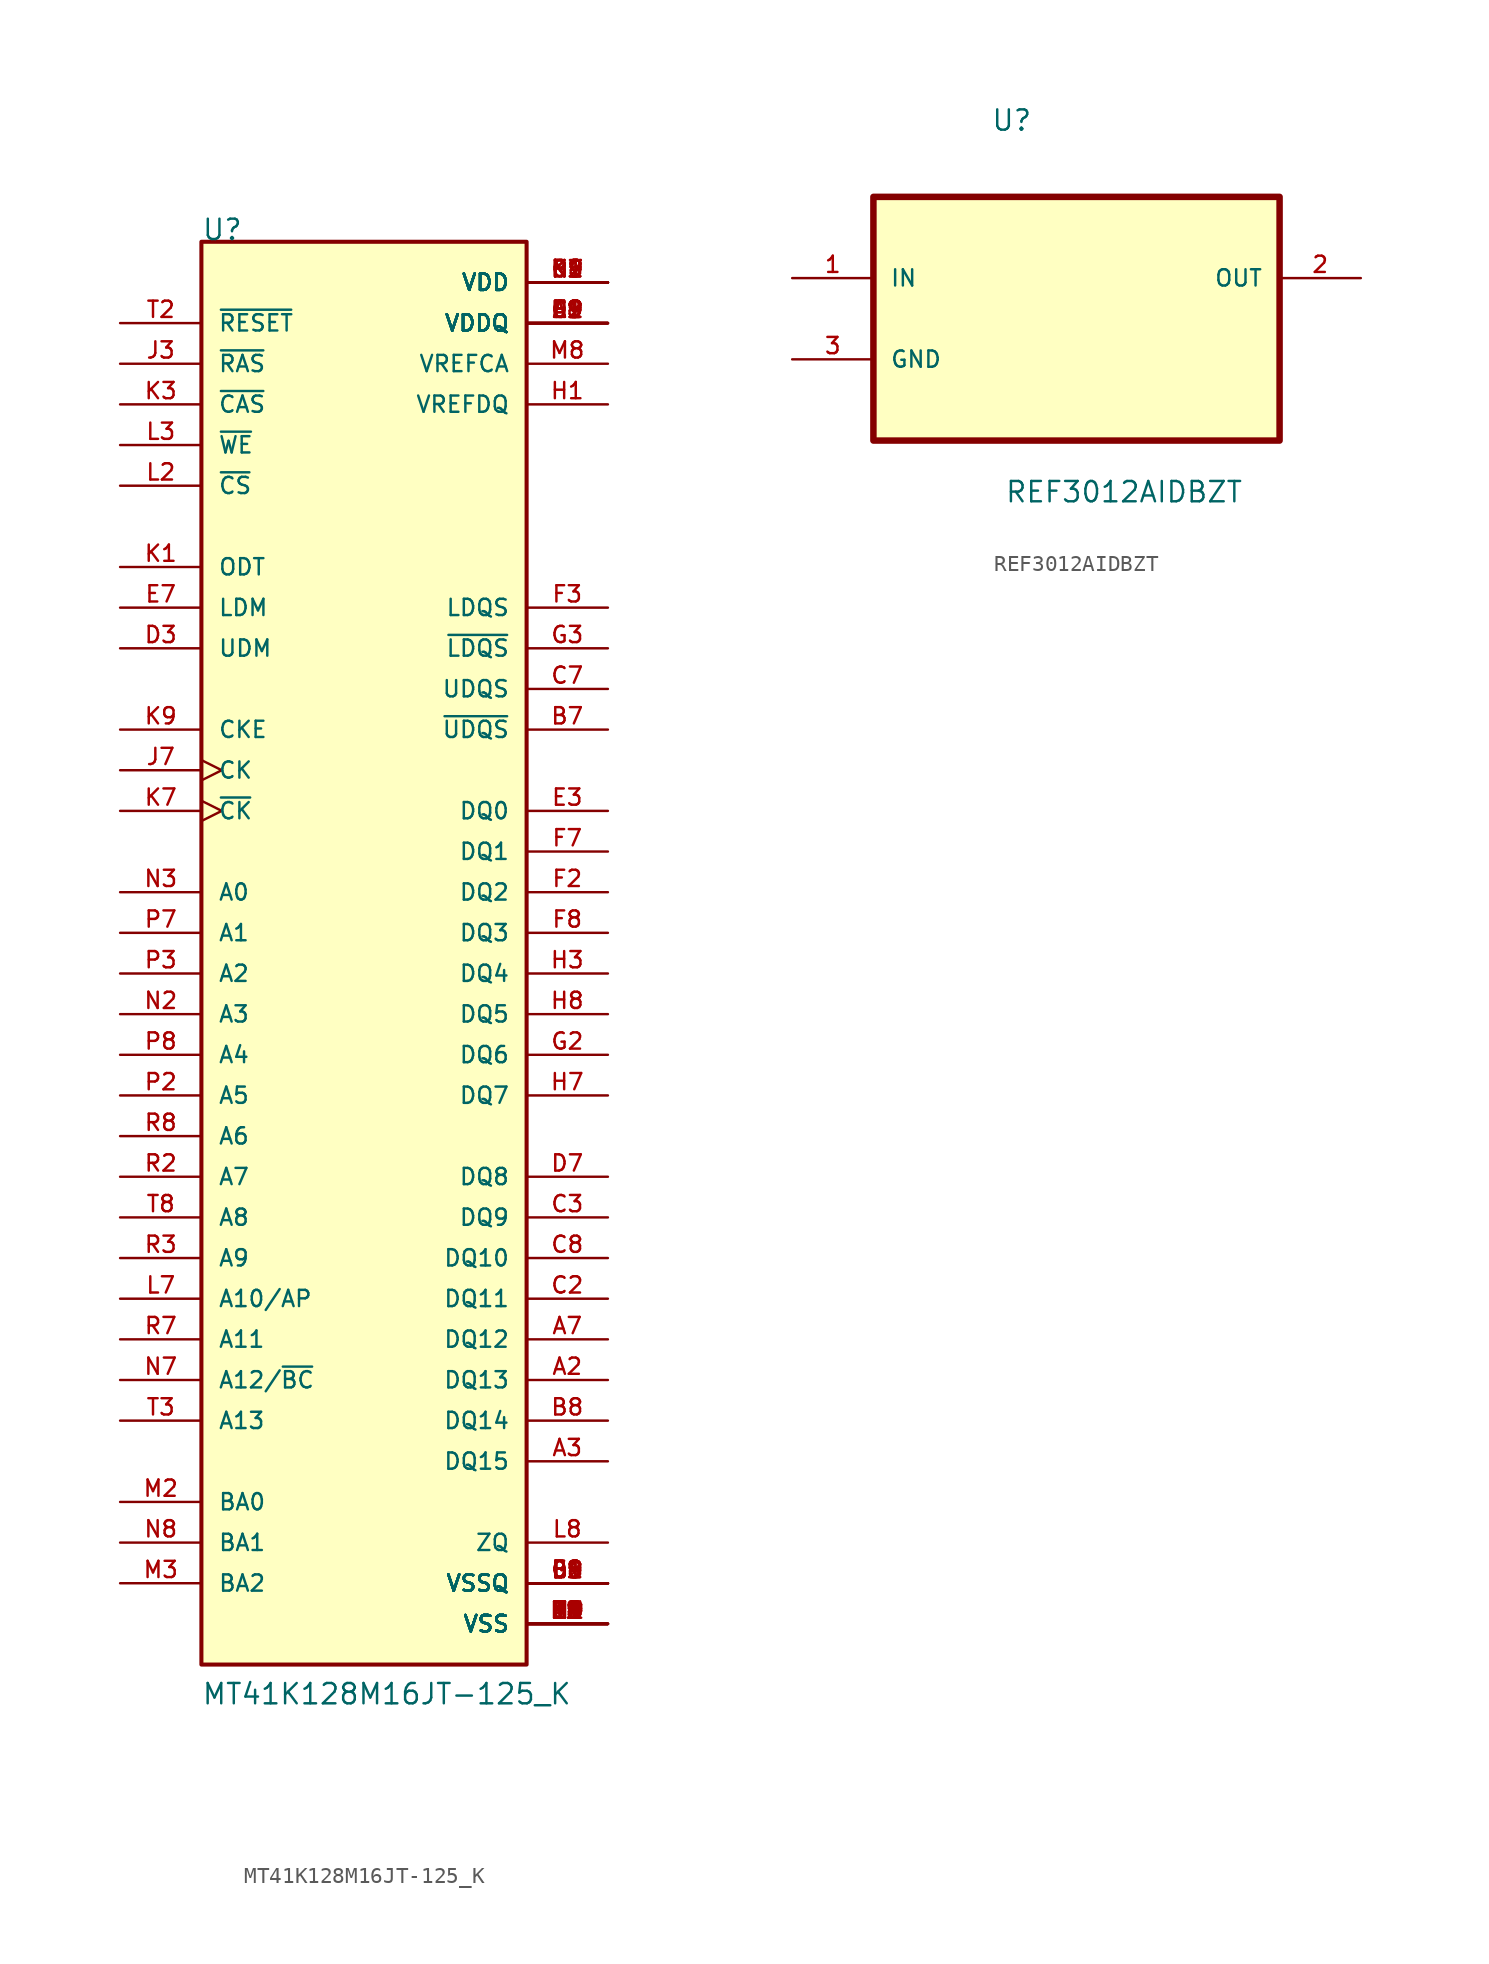
<source format=kicad_sym>
(kicad_symbol_lib
  (version 20231120)
  (generator "kicad_symbol_editor")
  (generator_version "8.0")
  (symbol "MT41K128M16JT-125_K"
    (pin_names
      (offset 1.016))
    (property "Reference" "U"
      (at -10.162 48.27 0)
      (effects (font (size 1.27 1.27)) (justify left bottom)))
    (property "Value" "MT41K128M16JT-125_K"
      (at -10.171 -43.225 0)
      (effects (font (size 1.27 1.27)) (justify left bottom)))
    (symbol "MT41K128M16JT-125_K_0_0"
      (rectangle (start -10.16 -40.64) (end 10.16 48.26) (stroke (width 0.254) (type default)) (fill (type background)))
      (pin power_in line (at 15.24 43.18 180) (length 5.08) (name "VDDQ" (effects (font (size 1.016 1.016)))) (number "A1" (effects (font (size 1.016 1.016)))))
      (pin bidirectional line (at 15.24 -22.86 180) (length 5.08) (name "DQ13" (effects (font (size 1.016 1.016)))) (number "A2" (effects (font (size 1.016 1.016)))))
      (pin bidirectional line (at 15.24 -27.94 180) (length 5.08) (name "DQ15" (effects (font (size 1.016 1.016)))) (number "A3" (effects (font (size 1.016 1.016)))))
      (pin bidirectional line (at 15.24 -20.32 180) (length 5.08) (name "DQ12" (effects (font (size 1.016 1.016)))) (number "A7" (effects (font (size 1.016 1.016)))))
      (pin power_in line (at 15.24 43.18 180) (length 5.08) (name "VDDQ" (effects (font (size 1.016 1.016)))) (number "A8" (effects (font (size 1.016 1.016)))))
      (pin passive line (at 15.24 -38.1 180) (length 5.08) (name "VSS" (effects (font (size 1.016 1.016)))) (number "A9" (effects (font (size 1.016 1.016)))))
      (pin passive line (at 15.24 -35.56 180) (length 5.08) (name "VSSQ" (effects (font (size 1.016 1.016)))) (number "B1" (effects (font (size 1.016 1.016)))))
      (pin power_in line (at 15.24 45.72 180) (length 5.08) (name "VDD" (effects (font (size 1.016 1.016)))) (number "B2" (effects (font (size 1.016 1.016)))))
      (pin passive line (at 15.24 -38.1 180) (length 5.08) (name "VSS" (effects (font (size 1.016 1.016)))) (number "B3" (effects (font (size 1.016 1.016)))))
      (pin bidirectional line (at 15.24 17.78 180) (length 5.08) (name "~{UDQS}" (effects (font (size 1.016 1.016)))) (number "B7" (effects (font (size 1.016 1.016)))))
      (pin bidirectional line (at 15.24 -25.4 180) (length 5.08) (name "DQ14" (effects (font (size 1.016 1.016)))) (number "B8" (effects (font (size 1.016 1.016)))))
      (pin passive line (at 15.24 -35.56 180) (length 5.08) (name "VSSQ" (effects (font (size 1.016 1.016)))) (number "B9" (effects (font (size 1.016 1.016)))))
      (pin power_in line (at 15.24 43.18 180) (length 5.08) (name "VDDQ" (effects (font (size 1.016 1.016)))) (number "C1" (effects (font (size 1.016 1.016)))))
      (pin bidirectional line (at 15.24 -17.78 180) (length 5.08) (name "DQ11" (effects (font (size 1.016 1.016)))) (number "C2" (effects (font (size 1.016 1.016)))))
      (pin bidirectional line (at 15.24 -12.7 180) (length 5.08) (name "DQ9" (effects (font (size 1.016 1.016)))) (number "C3" (effects (font (size 1.016 1.016)))))
      (pin bidirectional line (at 15.24 20.32 180) (length 5.08) (name "UDQS" (effects (font (size 1.016 1.016)))) (number "C7" (effects (font (size 1.016 1.016)))))
      (pin bidirectional line (at 15.24 -15.24 180) (length 5.08) (name "DQ10" (effects (font (size 1.016 1.016)))) (number "C8" (effects (font (size 1.016 1.016)))))
      (pin power_in line (at 15.24 43.18 180) (length 5.08) (name "VDDQ" (effects (font (size 1.016 1.016)))) (number "C9" (effects (font (size 1.016 1.016)))))
      (pin passive line (at 15.24 -35.56 180) (length 5.08) (name "VSSQ" (effects (font (size 1.016 1.016)))) (number "D1" (effects (font (size 1.016 1.016)))))
      (pin power_in line (at 15.24 43.18 180) (length 5.08) (name "VDDQ" (effects (font (size 1.016 1.016)))) (number "D2" (effects (font (size 1.016 1.016)))))
      (pin input line (at -15.24 22.86 0) (length 5.08) (name "UDM" (effects (font (size 1.016 1.016)))) (number "D3" (effects (font (size 1.016 1.016)))))
      (pin bidirectional line (at 15.24 -10.16 180) (length 5.08) (name "DQ8" (effects (font (size 1.016 1.016)))) (number "D7" (effects (font (size 1.016 1.016)))))
      (pin passive line (at 15.24 -35.56 180) (length 5.08) (name "VSSQ" (effects (font (size 1.016 1.016)))) (number "D8" (effects (font (size 1.016 1.016)))))
      (pin power_in line (at 15.24 45.72 180) (length 5.08) (name "VDD" (effects (font (size 1.016 1.016)))) (number "D9" (effects (font (size 1.016 1.016)))))
      (pin passive line (at 15.24 -38.1 180) (length 5.08) (name "VSS" (effects (font (size 1.016 1.016)))) (number "E1" (effects (font (size 1.016 1.016)))))
      (pin passive line (at 15.24 -35.56 180) (length 5.08) (name "VSSQ" (effects (font (size 1.016 1.016)))) (number "E2" (effects (font (size 1.016 1.016)))))
      (pin bidirectional line (at 15.24 12.7 180) (length 5.08) (name "DQ0" (effects (font (size 1.016 1.016)))) (number "E3" (effects (font (size 1.016 1.016)))))
      (pin input line (at -15.24 25.4 0) (length 5.08) (name "LDM" (effects (font (size 1.016 1.016)))) (number "E7" (effects (font (size 1.016 1.016)))))
      (pin passive line (at 15.24 -35.56 180) (length 5.08) (name "VSSQ" (effects (font (size 1.016 1.016)))) (number "E8" (effects (font (size 1.016 1.016)))))
      (pin power_in line (at 15.24 43.18 180) (length 5.08) (name "VDDQ" (effects (font (size 1.016 1.016)))) (number "E9" (effects (font (size 1.016 1.016)))))
      (pin power_in line (at 15.24 43.18 180) (length 5.08) (name "VDDQ" (effects (font (size 1.016 1.016)))) (number "F1" (effects (font (size 1.016 1.016)))))
      (pin bidirectional line (at 15.24 7.62 180) (length 5.08) (name "DQ2" (effects (font (size 1.016 1.016)))) (number "F2" (effects (font (size 1.016 1.016)))))
      (pin bidirectional line (at 15.24 25.4 180) (length 5.08) (name "LDQS" (effects (font (size 1.016 1.016)))) (number "F3" (effects (font (size 1.016 1.016)))))
      (pin bidirectional line (at 15.24 10.16 180) (length 5.08) (name "DQ1" (effects (font (size 1.016 1.016)))) (number "F7" (effects (font (size 1.016 1.016)))))
      (pin bidirectional line (at 15.24 5.08 180) (length 5.08) (name "DQ3" (effects (font (size 1.016 1.016)))) (number "F8" (effects (font (size 1.016 1.016)))))
      (pin passive line (at 15.24 -35.56 180) (length 5.08) (name "VSSQ" (effects (font (size 1.016 1.016)))) (number "F9" (effects (font (size 1.016 1.016)))))
      (pin passive line (at 15.24 -35.56 180) (length 5.08) (name "VSSQ" (effects (font (size 1.016 1.016)))) (number "G1" (effects (font (size 1.016 1.016)))))
      (pin bidirectional line (at 15.24 -2.54 180) (length 5.08) (name "DQ6" (effects (font (size 1.016 1.016)))) (number "G2" (effects (font (size 1.016 1.016)))))
      (pin bidirectional line (at 15.24 22.86 180) (length 5.08) (name "~{LDQS}" (effects (font (size 1.016 1.016)))) (number "G3" (effects (font (size 1.016 1.016)))))
      (pin power_in line (at 15.24 45.72 180) (length 5.08) (name "VDD" (effects (font (size 1.016 1.016)))) (number "G7" (effects (font (size 1.016 1.016)))))
      (pin passive line (at 15.24 -38.1 180) (length 5.08) (name "VSS" (effects (font (size 1.016 1.016)))) (number "G8" (effects (font (size 1.016 1.016)))))
      (pin passive line (at 15.24 -35.56 180) (length 5.08) (name "VSSQ" (effects (font (size 1.016 1.016)))) (number "G9" (effects (font (size 1.016 1.016)))))
      (pin power_in line (at 15.24 38.1 180) (length 5.08) (name "VREFDQ" (effects (font (size 1.016 1.016)))) (number "H1" (effects (font (size 1.016 1.016)))))
      (pin power_in line (at 15.24 43.18 180) (length 5.08) (name "VDDQ" (effects (font (size 1.016 1.016)))) (number "H2" (effects (font (size 1.016 1.016)))))
      (pin bidirectional line (at 15.24 2.54 180) (length 5.08) (name "DQ4" (effects (font (size 1.016 1.016)))) (number "H3" (effects (font (size 1.016 1.016)))))
      (pin bidirectional line (at 15.24 -5.08 180) (length 5.08) (name "DQ7" (effects (font (size 1.016 1.016)))) (number "H7" (effects (font (size 1.016 1.016)))))
      (pin bidirectional line (at 15.24 0 180) (length 5.08) (name "DQ5" (effects (font (size 1.016 1.016)))) (number "H8" (effects (font (size 1.016 1.016)))))
      (pin power_in line (at 15.24 43.18 180) (length 5.08) (name "VDDQ" (effects (font (size 1.016 1.016)))) (number "H9" (effects (font (size 1.016 1.016)))))
      (pin passive line (at 15.24 -38.1 180) (length 5.08) (name "VSS" (effects (font (size 1.016 1.016)))) (number "J2" (effects (font (size 1.016 1.016)))))
      (pin input line (at -15.24 40.64 0) (length 5.08) (name "~{RAS}" (effects (font (size 1.016 1.016)))) (number "J3" (effects (font (size 1.016 1.016)))))
      (pin input clock (at -15.24 15.24 0) (length 5.08) (name "CK" (effects (font (size 1.016 1.016)))) (number "J7" (effects (font (size 1.016 1.016)))))
      (pin passive line (at 15.24 -38.1 180) (length 5.08) (name "VSS" (effects (font (size 1.016 1.016)))) (number "J8" (effects (font (size 1.016 1.016)))))
      (pin input line (at -15.24 27.94 0) (length 5.08) (name "ODT" (effects (font (size 1.016 1.016)))) (number "K1" (effects (font (size 1.016 1.016)))))
      (pin power_in line (at 15.24 45.72 180) (length 5.08) (name "VDD" (effects (font (size 1.016 1.016)))) (number "K2" (effects (font (size 1.016 1.016)))))
      (pin input line (at -15.24 38.1 0) (length 5.08) (name "~{CAS}" (effects (font (size 1.016 1.016)))) (number "K3" (effects (font (size 1.016 1.016)))))
      (pin input clock (at -15.24 12.7 0) (length 5.08) (name "~{CK}" (effects (font (size 1.016 1.016)))) (number "K7" (effects (font (size 1.016 1.016)))))
      (pin power_in line (at 15.24 45.72 180) (length 5.08) (name "VDD" (effects (font (size 1.016 1.016)))) (number "K8" (effects (font (size 1.016 1.016)))))
      (pin input line (at -15.24 17.78 0) (length 5.08) (name "CKE" (effects (font (size 1.016 1.016)))) (number "K9" (effects (font (size 1.016 1.016)))))
      (pin input line (at -15.24 33.02 0) (length 5.08) (name "~{CS}" (effects (font (size 1.016 1.016)))) (number "L2" (effects (font (size 1.016 1.016)))))
      (pin input line (at -15.24 35.56 0) (length 5.08) (name "~{WE}" (effects (font (size 1.016 1.016)))) (number "L3" (effects (font (size 1.016 1.016)))))
      (pin input line (at -15.24 -17.78 0) (length 5.08) (name "A10/AP" (effects (font (size 1.016 1.016)))) (number "L7" (effects (font (size 1.016 1.016)))))
      (pin passive line (at 15.24 -33.02 180) (length 5.08) (name "ZQ" (effects (font (size 1.016 1.016)))) (number "L8" (effects (font (size 1.016 1.016)))))
      (pin passive line (at 15.24 -38.1 180) (length 5.08) (name "VSS" (effects (font (size 1.016 1.016)))) (number "M1" (effects (font (size 1.016 1.016)))))
      (pin input line (at -15.24 -30.48 0) (length 5.08) (name "BA0" (effects (font (size 1.016 1.016)))) (number "M2" (effects (font (size 1.016 1.016)))))
      (pin input line (at -15.24 -35.56 0) (length 5.08) (name "BA2" (effects (font (size 1.016 1.016)))) (number "M3" (effects (font (size 1.016 1.016)))))
      (pin power_in line (at 15.24 40.64 180) (length 5.08) (name "VREFCA" (effects (font (size 1.016 1.016)))) (number "M8" (effects (font (size 1.016 1.016)))))
      (pin passive line (at 15.24 -38.1 180) (length 5.08) (name "VSS" (effects (font (size 1.016 1.016)))) (number "M9" (effects (font (size 1.016 1.016)))))
      (pin power_in line (at 15.24 45.72 180) (length 5.08) (name "VDD" (effects (font (size 1.016 1.016)))) (number "N1" (effects (font (size 1.016 1.016)))))
      (pin input line (at -15.24 0 0) (length 5.08) (name "A3" (effects (font (size 1.016 1.016)))) (number "N2" (effects (font (size 1.016 1.016)))))
      (pin input line (at -15.24 7.62 0) (length 5.08) (name "A0" (effects (font (size 1.016 1.016)))) (number "N3" (effects (font (size 1.016 1.016)))))
      (pin input line (at -15.24 -22.86 0) (length 5.08) (name "A12/~{BC}" (effects (font (size 1.016 1.016)))) (number "N7" (effects (font (size 1.016 1.016)))))
      (pin input line (at -15.24 -33.02 0) (length 5.08) (name "BA1" (effects (font (size 1.016 1.016)))) (number "N8" (effects (font (size 1.016 1.016)))))
      (pin power_in line (at 15.24 45.72 180) (length 5.08) (name "VDD" (effects (font (size 1.016 1.016)))) (number "N9" (effects (font (size 1.016 1.016)))))
      (pin passive line (at 15.24 -38.1 180) (length 5.08) (name "VSS" (effects (font (size 1.016 1.016)))) (number "P1" (effects (font (size 1.016 1.016)))))
      (pin input line (at -15.24 -5.08 0) (length 5.08) (name "A5" (effects (font (size 1.016 1.016)))) (number "P2" (effects (font (size 1.016 1.016)))))
      (pin input line (at -15.24 2.54 0) (length 5.08) (name "A2" (effects (font (size 1.016 1.016)))) (number "P3" (effects (font (size 1.016 1.016)))))
      (pin input line (at -15.24 5.08 0) (length 5.08) (name "A1" (effects (font (size 1.016 1.016)))) (number "P7" (effects (font (size 1.016 1.016)))))
      (pin input line (at -15.24 -2.54 0) (length 5.08) (name "A4" (effects (font (size 1.016 1.016)))) (number "P8" (effects (font (size 1.016 1.016)))))
      (pin passive line (at 15.24 -38.1 180) (length 5.08) (name "VSS" (effects (font (size 1.016 1.016)))) (number "P9" (effects (font (size 1.016 1.016)))))
      (pin power_in line (at 15.24 45.72 180) (length 5.08) (name "VDD" (effects (font (size 1.016 1.016)))) (number "R1" (effects (font (size 1.016 1.016)))))
      (pin input line (at -15.24 -10.16 0) (length 5.08) (name "A7" (effects (font (size 1.016 1.016)))) (number "R2" (effects (font (size 1.016 1.016)))))
      (pin input line (at -15.24 -15.24 0) (length 5.08) (name "A9" (effects (font (size 1.016 1.016)))) (number "R3" (effects (font (size 1.016 1.016)))))
      (pin input line (at -15.24 -20.32 0) (length 5.08) (name "A11" (effects (font (size 1.016 1.016)))) (number "R7" (effects (font (size 1.016 1.016)))))
      (pin input line (at -15.24 -7.62 0) (length 5.08) (name "A6" (effects (font (size 1.016 1.016)))) (number "R8" (effects (font (size 1.016 1.016)))))
      (pin power_in line (at 15.24 45.72 180) (length 5.08) (name "VDD" (effects (font (size 1.016 1.016)))) (number "R9" (effects (font (size 1.016 1.016)))))
      (pin passive line (at 15.24 -38.1 180) (length 5.08) (name "VSS" (effects (font (size 1.016 1.016)))) (number "T1" (effects (font (size 1.016 1.016)))))
      (pin input line (at -15.24 43.18 0) (length 5.08) (name "~{RESET}" (effects (font (size 1.016 1.016)))) (number "T2" (effects (font (size 1.016 1.016)))))
      (pin input line (at -15.24 -25.4 0) (length 5.08) (name "A13" (effects (font (size 1.016 1.016)))) (number "T3" (effects (font (size 1.016 1.016)))))
      (pin input line (at -15.24 -12.7 0) (length 5.08) (name "A8" (effects (font (size 1.016 1.016)))) (number "T8" (effects (font (size 1.016 1.016)))))
      (pin passive line (at 15.24 -38.1 180) (length 5.08) (name "VSS" (effects (font (size 1.016 1.016)))) (number "T9" (effects (font (size 1.016 1.016)))))))
  (symbol "REF3012AIDBZT"
    (pin_names
      (offset 1.016))
    (property "Reference" "U"
      (at -5.36 9.119 0)
      (effects (font (size 1.27 1.27)) (justify left bottom)))
    (property "Value" "REF3012AIDBZT"
      (at -4.503 -14.119 0)
      (effects (font (size 1.27 1.27)) (justify left bottom)))
    (symbol "REF3012AIDBZT_0_0"
      (rectangle (start -12.7 -10.16) (end 12.7 5.08) (stroke (width 0.406) (type default)) (fill (type background)))
      (pin power_in line (at -17.78 0 0) (length 5.08) (name "IN" (effects (font (size 1.016 1.016)))) (number "1" (effects (font (size 1.016 1.016)))))
      (pin output line (at 17.78 0 180) (length 5.08) (name "OUT" (effects (font (size 1.016 1.016)))) (number "2" (effects (font (size 1.016 1.016)))))
      (pin passive line (at -17.78 -5.08 0) (length 5.08) (name "GND" (effects (font (size 1.016 1.016)))) (number "3" (effects (font (size 1.016 1.016))))))))
</source>
